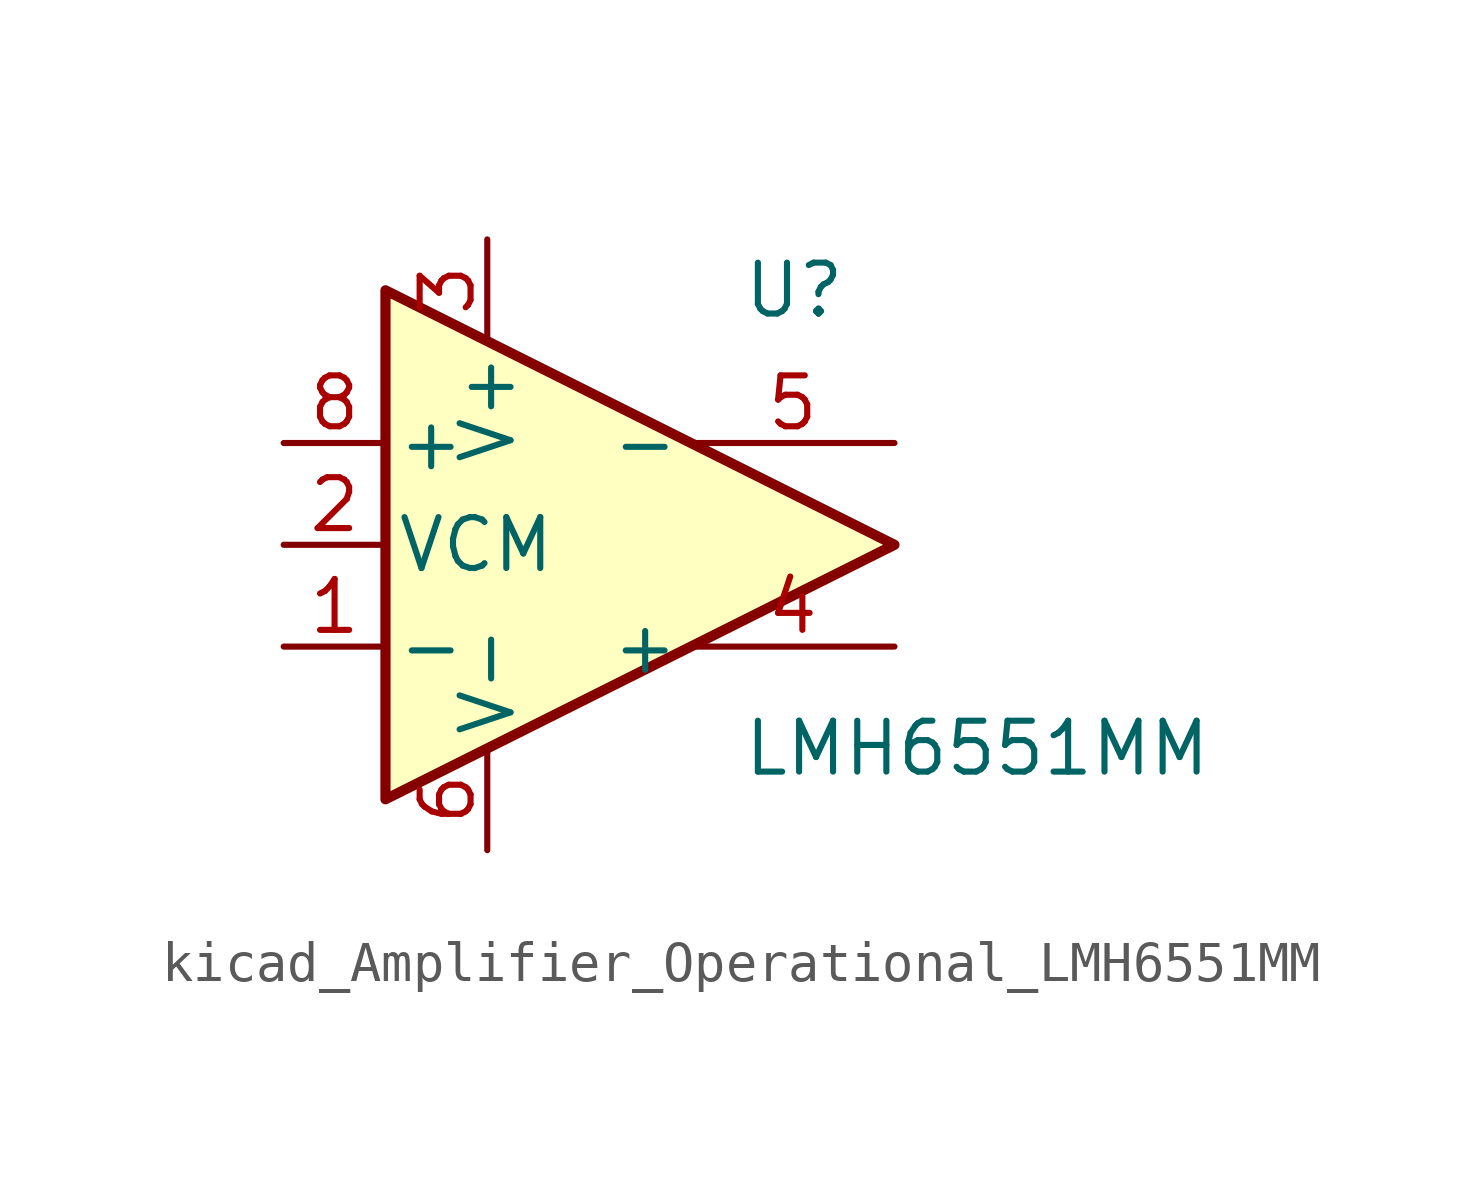
<source format=kicad_sym>
(kicad_symbol_lib
  (version 20220914)
  (generator kicad_symbol_editor)
  (symbol "kicad_Amplifier_Operational_LMH6551MM"
    (pin_names
      (offset 0.254))
    (property "Reference" "U"
      (at 3.81 6.35 0)
      (effects (font (size 1.27 1.27)) (justify left)))
    (property "Value" "LMH6551MM"
      (at 3.81 -5.08 0)
      (effects (font (size 1.27 1.27)) (justify left)))
    (symbol "kicad_Amplifier_Operational_LMH6551MM_0_1"
      (polyline (pts (xy 7.62 0) (xy -5.08 6.35) (xy -5.08 -6.35) (xy 7.62 0)) (stroke (width 0.254) (type default)) (fill (type background))))
    (symbol "kicad_Amplifier_Operational_LMH6551MM_1_1"
      (pin input line (at -7.62 -2.54 0) (length 2.54) (name "-" (effects (font (size 1.27 1.27)))) (number "1" (effects (font (size 1.27 1.27)))))
      (pin input line (at -7.62 0 0) (length 2.54) (name "VCM" (effects (font (size 1.27 1.27)))) (number "2" (effects (font (size 1.27 1.27)))))
      (pin power_in line (at -2.54 7.62 270) (length 2.54) (name "V+" (effects (font (size 1.27 1.27)))) (number "3" (effects (font (size 1.27 1.27)))))
      (pin output line (at 7.62 -2.54 180) (length 5.08) (name "+" (effects (font (size 1.27 1.27)))) (number "4" (effects (font (size 1.27 1.27)))))
      (pin output line (at 7.62 2.54 180) (length 5.08) (name "-" (effects (font (size 1.27 1.27)))) (number "5" (effects (font (size 1.27 1.27)))))
      (pin power_in line (at -2.54 -7.62 90) (length 2.54) (name "V-" (effects (font (size 1.27 1.27)))) (number "6" (effects (font (size 1.27 1.27)))))
      (pin no_connect line (at 5.08 0 180) (length 2.54) hide (name "NC" (effects (font (size 1.27 1.27)))) (number "7" (effects (font (size 1.27 1.27)))))
      (pin input line (at -7.62 2.54 0) (length 2.54) (name "+" (effects (font (size 1.27 1.27)))) (number "8" (effects (font (size 1.27 1.27))))))))
</source>
